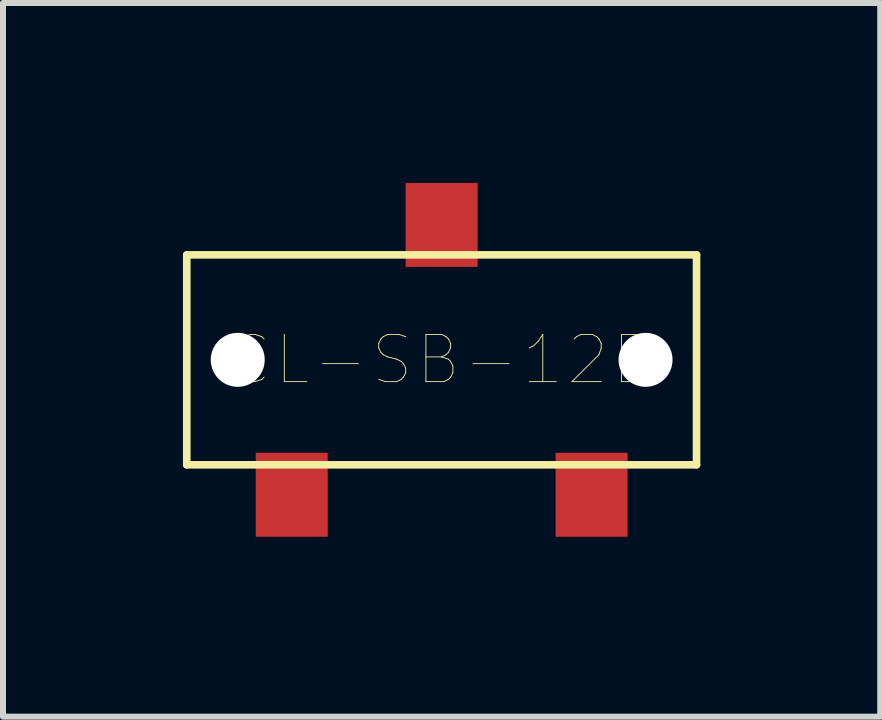
<source format=kicad_pcb>
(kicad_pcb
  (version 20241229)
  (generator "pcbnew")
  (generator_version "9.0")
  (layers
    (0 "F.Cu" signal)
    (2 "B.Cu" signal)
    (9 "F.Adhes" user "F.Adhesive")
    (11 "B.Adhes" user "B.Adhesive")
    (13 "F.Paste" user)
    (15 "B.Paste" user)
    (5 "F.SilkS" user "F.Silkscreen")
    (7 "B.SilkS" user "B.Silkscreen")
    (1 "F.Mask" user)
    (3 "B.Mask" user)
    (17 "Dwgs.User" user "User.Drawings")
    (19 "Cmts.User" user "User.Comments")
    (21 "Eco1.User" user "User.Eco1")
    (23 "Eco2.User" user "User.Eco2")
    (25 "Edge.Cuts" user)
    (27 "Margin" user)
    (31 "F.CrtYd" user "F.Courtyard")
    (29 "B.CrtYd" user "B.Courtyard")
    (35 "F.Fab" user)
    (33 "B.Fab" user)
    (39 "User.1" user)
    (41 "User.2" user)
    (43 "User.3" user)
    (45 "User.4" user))
  (footprint "CL-SB-12B"
    (layer "F.Cu")
    (at 4.314 2.95)
    (property "Reference" "CL-SB-12B" (at 0 0 0) (layer "F.SilkS") (effects (font (size 0.787 0.787) (thickness 0.015))))
    (attr through_hole)
    (fp_line (start -4.25 -1.75) (end 4.25 -1.75) (stroke (width 0.127) (type solid)) (layer "F.SilkS"))
    (fp_line (start -4.25 1.75) (end -4.25 -1.75) (stroke (width 0.127) (type solid)) (layer "F.SilkS"))
    (fp_line (start 4.25 -1.75) (end 4.25 1.75) (stroke (width 0.127) (type solid)) (layer "F.SilkS"))
    (fp_line (start 4.25 1.75) (end -4.25 1.75) (stroke (width 0.127) (type solid)) (layer "F.SilkS"))
    (pad "" np_thru_hole circle (at -3.4 0) (size 0.9 0.9) (drill 0.9) (layers "*.Cu" "*.Mask"))
    (pad "" np_thru_hole circle (at 3.4 0) (size 0.9 0.9) (drill 0.9) (layers "*.Cu" "*.Mask"))
    (pad "1" smd rect (at -2.5 2.25) (size 1.2 1.4) (layers "F.Cu" "F.Mask" "F.Paste"))
    (pad "2" smd rect (at 0 -2.25) (size 1.2 1.4) (layers "F.Cu" "F.Mask" "F.Paste"))
    (pad "3" smd rect (at 2.5 2.25) (size 1.2 1.4) (layers "F.Cu" "F.Mask" "F.Paste")))
  (gr_rect
    (start -3 -3)
    (end 11.627 8.9)
    (stroke (width 0.1) (type default))
    (fill no)
    (layer "Edge.Cuts")))
</source>
